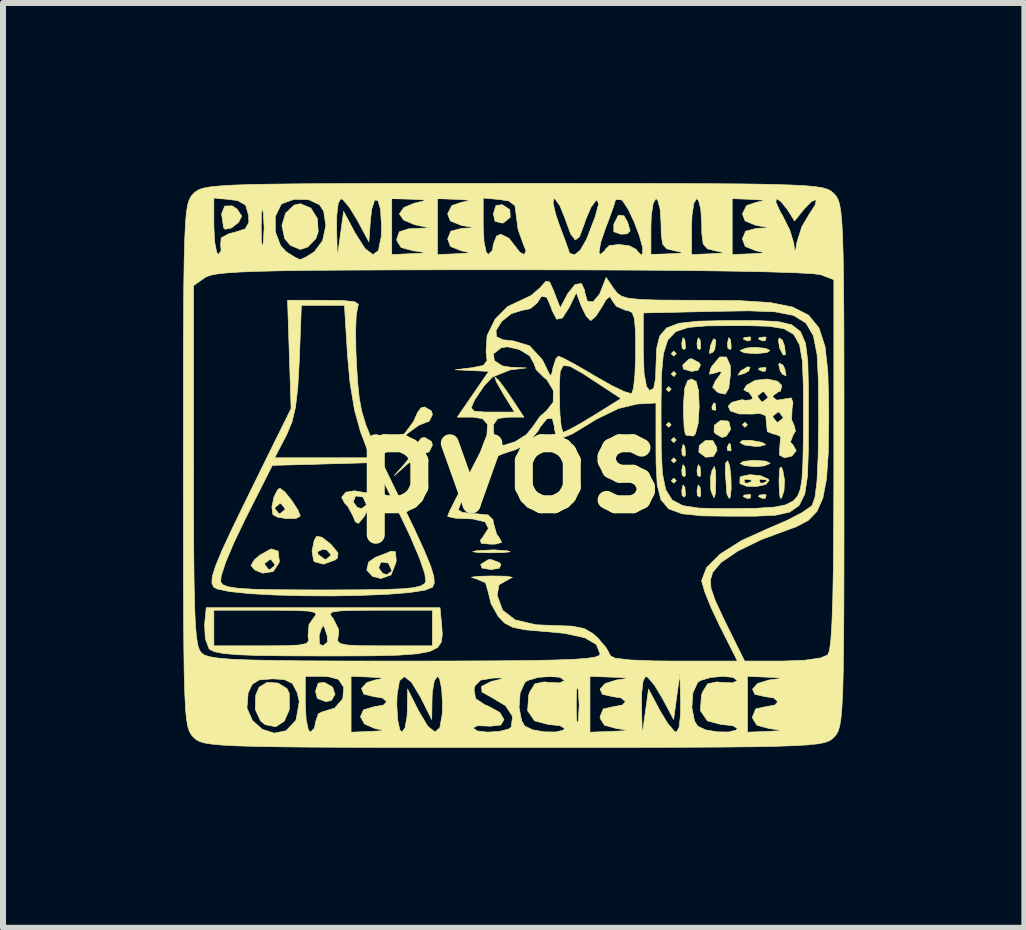
<source format=kicad_pcb>
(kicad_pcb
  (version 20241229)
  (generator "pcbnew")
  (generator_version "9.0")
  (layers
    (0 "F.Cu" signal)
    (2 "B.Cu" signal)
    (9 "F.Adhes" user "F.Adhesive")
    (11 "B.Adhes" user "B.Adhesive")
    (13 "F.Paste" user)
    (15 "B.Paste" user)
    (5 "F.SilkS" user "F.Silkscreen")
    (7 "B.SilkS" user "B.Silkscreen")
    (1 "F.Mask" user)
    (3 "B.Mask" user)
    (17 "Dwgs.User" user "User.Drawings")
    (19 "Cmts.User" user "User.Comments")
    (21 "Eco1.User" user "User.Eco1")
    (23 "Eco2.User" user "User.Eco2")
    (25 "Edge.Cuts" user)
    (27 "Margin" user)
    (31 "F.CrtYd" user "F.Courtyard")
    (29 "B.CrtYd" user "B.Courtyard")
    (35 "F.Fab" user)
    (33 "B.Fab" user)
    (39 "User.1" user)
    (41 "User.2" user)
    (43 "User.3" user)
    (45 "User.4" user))
  (footprint "pvos"
    (layer "F.Cu")
    (at 5.424 4.662)
    (property "Reference" "pvos" (at 0 0 0) (layer "F.SilkS") (effects (font (size 1.524 1.524) (thickness 0.3))))
    (attr through_hole)
    (fp_poly (pts (xy 2.709 -1.228) (xy 2.667 -1.185) (xy 2.625 -1.228) (xy 2.667 -1.27) (xy 2.709 -1.228)) (stroke (width 0.01) (type solid)) (fill yes) (layer "F.SilkS"))
    (fp_poly (pts (xy 2.709 -0.635) (xy 2.667 -0.593) (xy 2.625 -0.635) (xy 2.667 -0.677) (xy 2.709 -0.635)) (stroke (width 0.01) (type solid)) (fill yes) (layer "F.SilkS"))
    (fp_poly (pts (xy 2.794 -1.82) (xy 2.752 -1.778) (xy 2.709 -1.82) (xy 2.752 -1.863) (xy 2.794 -1.82)) (stroke (width 0.01) (type solid)) (fill yes) (layer "F.SilkS"))
    (fp_poly (pts (xy 2.794 -1.482) (xy 2.752 -1.439) (xy 2.709 -1.482) (xy 2.752 -1.524) (xy 2.794 -1.482)) (stroke (width 0.01) (type solid)) (fill yes) (layer "F.SilkS"))
    (fp_poly (pts (xy 2.794 -0.381) (xy 2.752 -0.339) (xy 2.709 -0.381) (xy 2.752 -0.423) (xy 2.794 -0.381)) (stroke (width 0.01) (type solid)) (fill yes) (layer "F.SilkS"))
    (fp_poly (pts (xy 2.794 -0.042) (xy 2.752 0) (xy 2.709 -0.042) (xy 2.752 -0.085) (xy 2.794 -0.042)) (stroke (width 0.01) (type solid)) (fill yes) (layer "F.SilkS"))
    (fp_poly (pts (xy 2.794 0.296) (xy 2.752 0.339) (xy 2.709 0.296) (xy 2.752 0.254) (xy 2.794 0.296)) (stroke (width 0.01) (type solid)) (fill yes) (layer "F.SilkS"))
    (fp_poly (pts (xy 3.979 -0.635) (xy 3.937 -0.593) (xy 3.895 -0.635) (xy 3.937 -0.677) (xy 3.979 -0.635)) (stroke (width 0.01) (type solid)) (fill yes) (layer "F.SilkS"))
    (fp_poly (pts (xy 2.937 -2.048) (xy 2.947 -1.916) (xy 2.93 -1.886) (xy 2.891 -1.911) (xy 2.885 -1.997) (xy 2.906 -2.087) (xy 2.937 -2.048)) (stroke (width 0.01) (type solid)) (fill yes) (layer "F.SilkS"))
    (fp_poly (pts (xy 2.937 -0.27) (xy 2.947 -0.138) (xy 2.93 -0.108) (xy 2.891 -0.133) (xy 2.885 -0.219) (xy 2.906 -0.309) (xy 2.937 -0.27)) (stroke (width 0.01) (type solid)) (fill yes) (layer "F.SilkS"))
    (fp_poly (pts (xy 2.937 0.069) (xy 2.947 0.201) (xy 2.93 0.231) (xy 2.891 0.206) (xy 2.885 0.12) (xy 2.906 0.03) (xy 2.937 0.069)) (stroke (width 0.01) (type solid)) (fill yes) (layer "F.SilkS"))
    (fp_poly (pts (xy 2.937 0.407) (xy 2.947 0.54) (xy 2.93 0.57) (xy 2.891 0.544) (xy 2.885 0.459) (xy 2.906 0.368) (xy 2.937 0.407)) (stroke (width 0.01) (type solid)) (fill yes) (layer "F.SilkS"))
    (fp_poly (pts (xy 3.191 -2.048) (xy 3.201 -1.916) (xy 3.184 -1.886) (xy 3.145 -1.911) (xy 3.139 -1.997) (xy 3.16 -2.087) (xy 3.191 -2.048)) (stroke (width 0.01) (type solid)) (fill yes) (layer "F.SilkS"))
    (fp_poly (pts (xy 3.191 0.069) (xy 3.201 0.201) (xy 3.184 0.231) (xy 3.145 0.206) (xy 3.139 0.12) (xy 3.16 0.03) (xy 3.191 0.069)) (stroke (width 0.01) (type solid)) (fill yes) (layer "F.SilkS"))
    (fp_poly (pts (xy 3.191 0.407) (xy 3.201 0.54) (xy 3.184 0.57) (xy 3.145 0.544) (xy 3.139 0.459) (xy 3.16 0.368) (xy 3.191 0.407)) (stroke (width 0.01) (type solid)) (fill yes) (layer "F.SilkS"))
    (fp_poly (pts (xy 3.443 -0.988) (xy 3.453 -0.887) (xy 3.443 -0.875) (xy 3.393 -0.887) (xy 3.387 -0.931) (xy 3.418 -1.001) (xy 3.443 -0.988)) (stroke (width 0.01) (type solid)) (fill yes) (layer "F.SilkS"))
    (fp_poly (pts (xy 3.697 -0.31) (xy 3.707 -0.21) (xy 3.697 -0.198) (xy 3.647 -0.209) (xy 3.641 -0.254) (xy 3.672 -0.324) (xy 3.697 -0.31)) (stroke (width 0.01) (type solid)) (fill yes) (layer "F.SilkS"))
    (fp_poly (pts (xy 3.699 -2.048) (xy 3.709 -1.916) (xy 3.692 -1.886) (xy 3.653 -1.911) (xy 3.647 -1.997) (xy 3.668 -2.087) (xy 3.699 -2.048)) (stroke (width 0.01) (type solid)) (fill yes) (layer "F.SilkS"))
    (fp_poly (pts (xy 4.036 -2.088) (xy 4.024 -2.038) (xy 3.979 -2.032) (xy 3.91 -2.063) (xy 3.923 -2.088) (xy 4.023 -2.099) (xy 4.036 -2.088)) (stroke (width 0.01) (type solid)) (fill yes) (layer "F.SilkS"))
    (fp_poly (pts (xy 4.036 0.536) (xy 4.024 0.587) (xy 3.979 0.593) (xy 3.91 0.562) (xy 3.923 0.536) (xy 4.023 0.526) (xy 4.036 0.536)) (stroke (width 0.01) (type solid)) (fill yes) (layer "F.SilkS"))
    (fp_poly (pts (xy 4.29 -2.088) (xy 4.278 -2.038) (xy 4.233 -2.032) (xy 4.164 -2.063) (xy 4.177 -2.088) (xy 4.277 -2.099) (xy 4.29 -2.088)) (stroke (width 0.01) (type solid)) (fill yes) (layer "F.SilkS"))
    (fp_poly (pts (xy 4.29 -1.58) (xy 4.278 -1.53) (xy 4.233 -1.524) (xy 4.164 -1.555) (xy 4.177 -1.58) (xy 4.277 -1.591) (xy 4.29 -1.58)) (stroke (width 0.01) (type solid)) (fill yes) (layer "F.SilkS"))
    (fp_poly (pts (xy 4.29 0.536) (xy 4.278 0.587) (xy 4.233 0.593) (xy 4.164 0.562) (xy 4.177 0.536) (xy 4.277 0.526) (xy 4.29 0.536)) (stroke (width 0.01) (type solid)) (fill yes) (layer "F.SilkS"))
    (fp_poly (pts (xy 3.453 -2.044) (xy 3.435 -1.89) (xy 3.401 -1.843) (xy 3.345 -1.821) (xy 3.362 -1.945) (xy 3.364 -1.954) (xy 3.414 -2.068) (xy 3.453 -2.044)) (stroke (width 0.01) (type solid)) (fill yes) (layer "F.SilkS"))
    (fp_poly (pts (xy 4.024 -1.592) (xy 3.998 -1.529) (xy 3.919 -1.487) (xy 3.821 -1.461) (xy 3.861 -1.523) (xy 3.872 -1.535) (xy 3.983 -1.601) (xy 4.024 -1.592)) (stroke (width 0.01) (type solid)) (fill yes) (layer "F.SilkS"))
    (fp_poly (pts (xy 4.559 -2.048) (xy 4.596 -1.951) (xy 4.614 -1.802) (xy 4.574 -1.798) (xy 4.517 -1.909) (xy 4.494 -2.045) (xy 4.508 -2.081) (xy 4.559 -2.048)) (stroke (width 0.01) (type solid)) (fill yes) (layer "F.SilkS"))
    (fp_poly (pts (xy 4.569 -1.632) (xy 4.601 -1.57) (xy 4.623 -1.451) (xy 4.566 -1.474) (xy 4.526 -1.53) (xy 4.5 -1.64) (xy 4.511 -1.66) (xy 4.569 -1.632)) (stroke (width 0.01) (type solid)) (fill yes) (layer "F.SilkS"))
    (fp_poly (pts (xy -2.933 3.735) (xy -2.892 3.857) (xy -2.951 3.957) (xy -3.042 3.979) (xy -3.187 3.924) (xy -3.217 3.804) (xy -3.172 3.669) (xy -3.07 3.657) (xy -2.933 3.735)) (stroke (width 0.01) (type solid)) (fill yes) (layer "F.SilkS"))
    (fp_poly (pts (xy -0.154 1.662) (xy -0.127 1.693) (xy -0.157 1.756) (xy -0.296 1.778) (xy -0.443 1.752) (xy -0.466 1.693) (xy -0.343 1.615) (xy -0.296 1.609) (xy -0.154 1.662)) (stroke (width 0.01) (type solid)) (fill yes) (layer "F.SilkS"))
    (fp_poly (pts (xy 0.02 -4.219) (xy 0.027 -4.092) (xy -0.085 -4) (xy -0.106 -3.995) (xy -0.226 -4.025) (xy -0.254 -4.149) (xy -0.211 -4.288) (xy -0.106 -4.302) (xy 0.02 -4.219)) (stroke (width 0.01) (type solid)) (fill yes) (layer "F.SilkS"))
    (fp_poly (pts (xy 1.922 -4.116) (xy 1.981 -4.015) (xy 2.025 -3.865) (xy 1.973 -3.815) (xy 1.871 -3.81) (xy 1.752 -3.851) (xy 1.753 -3.979) (xy 1.83 -4.128) (xy 1.922 -4.116)) (stroke (width 0.01) (type solid)) (fill yes) (layer "F.SilkS"))
    (fp_poly (pts (xy 3.175 -1.669) (xy 3.196 -1.63) (xy 3.157 -1.545) (xy 3.048 -1.524) (xy 2.914 -1.563) (xy 2.9 -1.63) (xy 3.004 -1.728) (xy 3.048 -1.736) (xy 3.175 -1.669)) (stroke (width 0.01) (type solid)) (fill yes) (layer "F.SilkS"))
    (fp_poly (pts (xy 4.225 -0.341) (xy 4.283 -0.303) (xy 4.191 -0.278) (xy 4.108 -0.275) (xy 3.931 -0.297) (xy 3.853 -0.337) (xy 3.894 -0.375) (xy 4.032 -0.376) (xy 4.225 -0.341)) (stroke (width 0.01) (type solid)) (fill yes) (layer "F.SilkS"))
    (fp_poly (pts (xy -4.525 -4.229) (xy -4.447 -4.112) (xy -4.497 -4.01) (xy -4.616 -3.915) (xy -4.723 -3.892) (xy -4.748 -3.916) (xy -4.782 -4.148) (xy -4.73 -4.279) (xy -4.607 -4.282) (xy -4.525 -4.229)) (stroke (width 0.01) (type solid)) (fill yes) (layer "F.SilkS"))
    (fp_poly (pts (xy -0.02 1.464) (xy 0.027 1.481) (xy -0.074 1.493) (xy -0.296 1.498) (xy -0.514 1.493) (xy -0.597 1.48) (xy -0.53 1.463) (xy -0.528 1.463) (xy -0.252 1.449) (xy -0.02 1.464)) (stroke (width 0.01) (type solid)) (fill yes) (layer "F.SilkS"))
    (fp_poly (pts (xy 3.404 -0.37) (xy 3.466 -0.259) (xy 3.471 -0.207) (xy 3.411 -0.105) (xy 3.283 -0.094) (xy 3.169 -0.179) (xy 3.177 -0.288) (xy 3.278 -0.372) (xy 3.4 -0.372) (xy 3.404 -0.37)) (stroke (width 0.01) (type solid)) (fill yes) (layer "F.SilkS"))
    (fp_poly (pts (xy 3.449 0.146) (xy 3.452 0.275) (xy 3.446 0.513) (xy 3.422 0.583) (xy 3.38 0.489) (xy 3.367 0.443) (xy 3.363 0.239) (xy 3.389 0.126) (xy 3.429 0.059) (xy 3.449 0.146)) (stroke (width 0.01) (type solid)) (fill yes) (layer "F.SilkS"))
    (fp_poly (pts (xy 3.647 -0.699) (xy 3.671 -0.681) (xy 3.7 -0.559) (xy 3.627 -0.446) (xy 3.556 -0.423) (xy 3.448 -0.485) (xy 3.423 -0.517) (xy 3.427 -0.627) (xy 3.527 -0.704) (xy 3.647 -0.699)) (stroke (width 0.01) (type solid)) (fill yes) (layer "F.SilkS"))
    (fp_poly (pts (xy 4.281 -1.908) (xy 4.354 -1.873) (xy 4.303 -1.838) (xy 4.136 -1.821) (xy 4.106 -1.82) (xy 3.927 -1.834) (xy 3.857 -1.868) (xy 3.859 -1.873) (xy 3.959 -1.913) (xy 4.106 -1.926) (xy 4.281 -1.908)) (stroke (width 0.01) (type solid)) (fill yes) (layer "F.SilkS"))
    (fp_poly (pts (xy 4.285 -0.029) (xy 4.356 0.005) (xy 4.354 0.011) (xy 4.254 0.051) (xy 4.106 0.064) (xy 3.932 0.045) (xy 3.859 0.011) (xy 3.909 -0.025) (xy 4.076 -0.042) (xy 4.106 -0.042) (xy 4.285 -0.029)) (stroke (width 0.01) (type solid)) (fill yes) (layer "F.SilkS"))
    (fp_poly (pts (xy 4.569 0.126) (xy 4.597 0.289) (xy 4.588 0.466) (xy 4.549 0.581) (xy 4.528 0.593) (xy 4.513 0.518) (xy 4.506 0.332) (xy 4.506 0.275) (xy 4.516 0.092) (xy 4.543 0.068) (xy 4.569 0.126)) (stroke (width 0.01) (type solid)) (fill yes) (layer "F.SilkS"))
    (fp_poly (pts (xy 3.684 0.055) (xy 3.704 0.233) (xy 3.708 0.426) (xy 3.694 0.565) (xy 3.675 0.593) (xy 3.639 0.525) (xy 3.634 0.487) (xy 3.623 0.325) (xy 3.61 0.155) (xy 3.616 0.002) (xy 3.651 -0.036) (xy 3.684 0.055)) (stroke (width 0.01) (type solid)) (fill yes) (layer "F.SilkS"))
    (fp_poly (pts (xy -3.84 3.669) (xy -3.692 3.761) (xy -3.655 3.838) (xy -3.652 4.107) (xy -3.737 4.303) (xy -3.881 4.397) (xy -4.055 4.362) (xy -4.132 4.301) (xy -4.22 4.11) (xy -4.213 3.871) (xy -4.159 3.739) (xy -4.023 3.656) (xy -3.84 3.669)) (stroke (width 0.01) (type solid)) (fill yes) (layer "F.SilkS"))
    (fp_poly (pts (xy -3.295 -4.246) (xy -3.186 -4.07) (xy -3.172 -3.85) (xy -3.212 -3.736) (xy -3.349 -3.595) (xy -3.471 -3.556) (xy -3.636 -3.624) (xy -3.731 -3.736) (xy -3.777 -3.955) (xy -3.715 -4.162) (xy -3.571 -4.296) (xy -3.471 -4.318) (xy -3.295 -4.246)) (stroke (width 0.01) (type solid)) (fill yes) (layer "F.SilkS"))
    (fp_poly (pts (xy -1.285 -0.864) (xy -1.27 -0.804) (xy -1.324 -0.692) (xy -1.37 -0.677) (xy -1.498 -0.626) (xy -1.673 -0.499) (xy -1.688 -0.487) (xy -1.905 -0.296) (xy -1.714 -0.513) (xy -1.584 -0.689) (xy -1.524 -0.824) (xy -1.524 -0.831) (xy -1.456 -0.92) (xy -1.397 -0.931) (xy -1.285 -0.864)) (stroke (width 0.01) (type solid)) (fill yes) (layer "F.SilkS"))
    (fp_poly (pts (xy -1.285 -0.356) (xy -1.27 -0.296) (xy -1.324 -0.184) (xy -1.37 -0.169) (xy -1.498 -0.118) (xy -1.673 0.009) (xy -1.688 0.021) (xy -1.905 0.212) (xy -1.714 -0.005) (xy -1.584 -0.181) (xy -1.524 -0.316) (xy -1.524 -0.323) (xy -1.456 -0.412) (xy -1.397 -0.423) (xy -1.285 -0.356)) (stroke (width 0.01) (type solid)) (fill yes) (layer "F.SilkS"))
    (fp_poly (pts (xy 3.125 -1.355) (xy 3.164 -1.206) (xy 3.175 -0.938) (xy 3.158 -0.657) (xy 3.111 -0.482) (xy 3.077 -0.447) (xy 2.961 -0.461) (xy 2.943 -0.482) (xy 2.924 -0.601) (xy 2.914 -0.826) (xy 2.914 -0.974) (xy 2.933 -1.241) (xy 2.984 -1.371) (xy 3.048 -1.397) (xy 3.125 -1.355)) (stroke (width 0.01) (type solid)) (fill yes) (layer "F.SilkS"))
    (fp_poly (pts (xy 3.629 -1.764) (xy 3.693 -1.62) (xy 3.697 -1.486) (xy 3.668 -1.244) (xy 3.609 -1.145) (xy 3.504 -1.166) (xy 3.474 -1.183) (xy 3.399 -1.261) (xy 3.447 -1.368) (xy 3.477 -1.406) (xy 3.553 -1.513) (xy 3.507 -1.52) (xy 3.448 -1.499) (xy 3.347 -1.478) (xy 3.361 -1.558) (xy 3.388 -1.611) (xy 3.517 -1.765) (xy 3.629 -1.764)) (stroke (width 0.01) (type solid)) (fill yes) (layer "F.SilkS"))
    (fp_poly (pts (xy -3.841 1.469) (xy -3.82 1.635) (xy -3.824 1.662) (xy -3.921 1.81) (xy -4.097 1.838) (xy -4.229 1.784) (xy -4.292 1.71) (xy -4.282 1.693) (xy -4.064 1.693) (xy -4 1.776) (xy -3.979 1.778) (xy -3.897 1.714) (xy -3.895 1.693) (xy -3.959 1.611) (xy -3.979 1.609) (xy -4.062 1.673) (xy -4.064 1.693) (xy -4.282 1.693) (xy -4.234 1.614) (xy -4.144 1.536) (xy -3.957 1.433) (xy -3.841 1.469)) (stroke (width 0.01) (type solid)) (fill yes) (layer "F.SilkS"))
    (fp_poly (pts (xy -1.885 1.481) (xy -1.873 1.624) (xy -1.877 1.662) (xy -1.958 1.866) (xy -2.127 1.927) (xy -2.265 1.892) (xy -2.363 1.787) (xy -2.355 1.75) (xy -2.165 1.75) (xy -2.098 1.842) (xy -2.027 1.863) (xy -1.949 1.806) (xy -1.947 1.792) (xy -2.003 1.669) (xy -2.117 1.652) (xy -2.13 1.659) (xy -2.165 1.75) (xy -2.355 1.75) (xy -2.333 1.654) (xy -2.223 1.576) (xy -2.031 1.502) (xy -1.962 1.472) (xy -1.885 1.481)) (stroke (width 0.01) (type solid)) (fill yes) (layer "F.SilkS"))
    (fp_poly (pts (xy -3.727 0.486) (xy -3.611 0.63) (xy -3.509 0.787) (xy -3.471 0.886) (xy -3.54 0.925) (xy -3.694 0.929) (xy -3.851 0.904) (xy -3.928 0.861) (xy -3.941 0.762) (xy -3.895 0.762) (xy -3.83 0.844) (xy -3.81 0.847) (xy -3.728 0.782) (xy -3.725 0.762) (xy -3.79 0.68) (xy -3.81 0.677) (xy -3.892 0.742) (xy -3.895 0.762) (xy -3.941 0.762) (xy -3.944 0.734) (xy -3.909 0.566) (xy -3.845 0.443) (xy -3.81 0.423) (xy -3.727 0.486)) (stroke (width 0.01) (type solid)) (fill yes) (layer "F.SilkS"))
    (fp_poly (pts (xy -3.111 1.239) (xy -2.968 1.35) (xy -2.96 1.358) (xy -2.843 1.499) (xy -2.85 1.585) (xy -2.89 1.617) (xy -3.085 1.688) (xy -3.231 1.648) (xy -3.25 1.625) (xy -3.273 1.48) (xy -3.183 1.48) (xy -3.175 1.524) (xy -3.067 1.605) (xy -3.043 1.609) (xy -2.966 1.544) (xy -2.963 1.524) (xy -3.032 1.45) (xy -3.095 1.439) (xy -3.183 1.48) (xy -3.273 1.48) (xy -3.275 1.472) (xy -3.239 1.291) (xy -3.199 1.223) (xy -3.111 1.239)) (stroke (width 0.01) (type solid)) (fill yes) (layer "F.SilkS"))
    (fp_poly (pts (xy -2.561 0.467) (xy -2.399 0.495) (xy -2.349 0.502) (xy -2.289 0.573) (xy -2.316 0.729) (xy -2.407 0.894) (xy -2.501 1.008) (xy -2.553 0.983) (xy -2.591 0.889) (xy -2.678 0.726) (xy -2.735 0.666) (xy -2.743 0.65) (xy -2.589 0.65) (xy -2.521 0.742) (xy -2.45 0.762) (xy -2.372 0.705) (xy -2.371 0.691) (xy -2.426 0.569) (xy -2.541 0.552) (xy -2.553 0.558) (xy -2.589 0.65) (xy -2.743 0.65) (xy -2.782 0.572) (xy -2.711 0.488) (xy -2.568 0.465) (xy -2.561 0.467)) (stroke (width 0.01) (type solid)) (fill yes) (layer "F.SilkS"))
    (fp_poly (pts (xy 4.198 0.214) (xy 4.324 0.269) (xy 4.34 0.295) (xy 4.287 0.358) (xy 4.14 0.392) (xy 3.972 0.391) (xy 3.859 0.348) (xy 3.853 0.339) (xy 3.855 0.282) (xy 3.923 0.282) (xy 3.935 0.333) (xy 3.979 0.339) (xy 4.049 0.308) (xy 4.036 0.282) (xy 4.177 0.282) (xy 4.189 0.333) (xy 4.233 0.339) (xy 4.303 0.308) (xy 4.29 0.282) (xy 4.189 0.272) (xy 4.177 0.282) (xy 4.036 0.282) (xy 3.935 0.272) (xy 3.923 0.282) (xy 3.855 0.282) (xy 3.857 0.239) (xy 3.872 0.227) (xy 4.018 0.196) (xy 4.198 0.214)) (stroke (width 0.01) (type solid)) (fill yes) (layer "F.SilkS"))
    (fp_poly (pts (xy 4.481 -1.36) (xy 4.551 -1.291) (xy 4.53 -1.195) (xy 4.494 -1.185) (xy 4.407 -1.121) (xy 4.403 -1.095) (xy 4.469 -1.044) (xy 4.584 -1.062) (xy 4.71 -1.083) (xy 4.738 -1.001) (xy 4.722 -0.896) (xy 4.716 -0.715) (xy 4.757 -0.625) (xy 4.78 -0.531) (xy 4.741 -0.466) (xy 4.695 -0.347) (xy 4.739 -0.298) (xy 4.792 -0.203) (xy 4.72 -0.114) (xy 4.6 -0.085) (xy 4.51 -0.131) (xy 4.52 -0.287) (xy 4.532 -0.438) (xy 4.445 -0.478) (xy 4.423 -0.477) (xy 4.31 -0.52) (xy 4.296 -0.654) (xy 4.287 -0.762) (xy 4.403 -0.762) (xy 4.467 -0.68) (xy 4.487 -0.677) (xy 4.57 -0.742) (xy 4.572 -0.762) (xy 4.508 -0.844) (xy 4.487 -0.847) (xy 4.405 -0.782) (xy 4.403 -0.762) (xy 4.287 -0.762) (xy 4.285 -0.786) (xy 4.184 -0.823) (xy 4.07 -0.814) (xy 3.844 -0.815) (xy 3.695 -0.865) (xy 3.658 -0.944) (xy 3.718 -1.008) (xy 3.885 -1.053) (xy 3.95 -1.041) (xy 4.051 -1.053) (xy 4.064 -1.092) (xy 4.057 -1.101) (xy 4.149 -1.101) (xy 4.213 -1.018) (xy 4.233 -1.016) (xy 4.316 -1.08) (xy 4.318 -1.101) (xy 4.254 -1.183) (xy 4.233 -1.185) (xy 4.151 -1.121) (xy 4.149 -1.101) (xy 4.057 -1.101) (xy 3.999 -1.181) (xy 3.969 -1.185) (xy 3.918 -1.221) (xy 3.965 -1.295) (xy 4.109 -1.376) (xy 4.307 -1.397) (xy 4.481 -1.36)) (stroke (width 0.01) (type solid)) (fill yes) (layer "F.SilkS"))
    (fp_poly (pts (xy -1.116 2.694) (xy -1.105 2.858) (xy -1.121 2.984) (xy -1.183 3.076) (xy -1.311 3.14) (xy -1.523 3.181) (xy -1.841 3.204) (xy -2.283 3.215) (xy -2.868 3.217) (xy -3.09 3.217) (xy -3.71 3.215) (xy -4.181 3.209) (xy -4.523 3.196) (xy -4.757 3.175) (xy -4.902 3.146) (xy -4.98 3.107) (xy -4.991 3.096) (xy -5.053 2.931) (xy -5.065 2.701) (xy -5.065 2.694) (xy -5.042 2.455) (xy -4.911 2.455) (xy -4.911 3.048) (xy -4.101 3.048) (xy -3.727 3.046) (xy -3.493 3.035) (xy -3.37 3.009) (xy -3.33 2.962) (xy -3.341 2.888) (xy -3.342 2.888) (xy -3.341 2.879) (xy -3.157 2.879) (xy -3.152 3.019) (xy -3.09 3.048) (xy -3.015 2.983) (xy -3.023 2.879) (xy -3.068 2.742) (xy -3.09 2.709) (xy -3.127 2.779) (xy -3.157 2.879) (xy -3.341 2.879) (xy -3.326 2.694) (xy -3.256 2.591) (xy -3.209 2.531) (xy -3.214 2.522) (xy -2.974 2.522) (xy -2.937 2.578) (xy -2.924 2.591) (xy -2.832 2.775) (xy -2.839 2.888) (xy -2.851 2.962) (xy -2.81 3.009) (xy -2.688 3.035) (xy -2.455 3.046) (xy -2.081 3.048) (xy -1.27 3.048) (xy -1.27 2.455) (xy -2.165 2.455) (xy -2.56 2.457) (xy -2.81 2.466) (xy -2.939 2.486) (xy -2.974 2.522) (xy -3.214 2.522) (xy -3.228 2.492) (xy -3.338 2.469) (xy -3.564 2.458) (xy -3.929 2.455) (xy -4.016 2.455) (xy -4.911 2.455) (xy -5.042 2.455) (xy -5.038 2.413) (xy -1.143 2.413) (xy -1.116 2.694)) (stroke (width 0.01) (type solid)) (fill yes) (layer "F.SilkS"))
    (fp_poly (pts (xy -3.065 -2.709) (xy -2.746 -2.704) (xy -2.568 -2.684) (xy -2.503 -2.644) (xy -2.515 -2.588) (xy -2.539 -2.455) (xy -2.549 -2.196) (xy -2.544 -1.855) (xy -2.533 -1.622) (xy -2.513 -1.318) (xy -2.488 -1.074) (xy -2.447 -0.857) (xy -2.378 -0.632) (xy -2.271 -0.367) (xy -2.115 -0.028) (xy -1.899 0.42) (xy -1.821 0.581) (xy -1.58 1.08) (xy -1.41 1.45) (xy -1.301 1.713) (xy -1.247 1.889) (xy -1.238 2.001) (xy -1.267 2.071) (xy -1.267 2.071) (xy -1.392 2.121) (xy -1.655 2.161) (xy -2.022 2.19) (xy -2.463 2.208) (xy -2.945 2.217) (xy -3.437 2.214) (xy -3.906 2.201) (xy -4.32 2.178) (xy -4.649 2.144) (xy -4.859 2.1) (xy -4.915 2.069) (xy -4.944 2.002) (xy -4.943 1.983) (xy -4.798 1.983) (xy -4.761 2.03) (xy -4.675 2.064) (xy -4.518 2.088) (xy -4.269 2.104) (xy -3.906 2.113) (xy -3.407 2.116) (xy -3.09 2.117) (xy -2.514 2.115) (xy -2.085 2.11) (xy -1.782 2.098) (xy -1.581 2.079) (xy -1.461 2.05) (xy -1.399 2.01) (xy -1.381 1.979) (xy -1.396 1.846) (xy -1.483 1.591) (xy -1.631 1.241) (xy -1.784 0.918) (xy -2.24 -0.005) (xy -3.937 0.042) (xy -4.393 0.946) (xy -4.577 1.33) (xy -4.713 1.653) (xy -4.789 1.883) (xy -4.798 1.983) (xy -4.943 1.983) (xy -4.937 1.893) (xy -4.884 1.723) (xy -4.78 1.47) (xy -4.614 1.112) (xy -4.38 0.63) (xy -4.324 0.516) (xy -4.029 -0.085) (xy -3.898 -0.085) (xy -2.302 -0.085) (xy -2.468 -0.52) (xy -2.566 -0.874) (xy -2.643 -1.341) (xy -2.684 -1.79) (xy -2.735 -2.625) (xy -3.453 -2.625) (xy -3.487 -1.714) (xy -3.512 -1.26) (xy -3.55 -0.931) (xy -3.609 -0.682) (xy -3.697 -0.47) (xy -3.71 -0.445) (xy -3.898 -0.085) (xy -4.029 -0.085) (xy -3.624 -0.905) (xy -3.683 -2.71) (xy -3.065 -2.709)) (stroke (width 0.01) (type solid)) (fill yes) (layer "F.SilkS"))
    (fp_poly (pts (xy 1.148 -4.657) (xy 2.055 -4.656) (xy 2.819 -4.654) (xy 3.452 -4.651) (xy 3.968 -4.647) (xy 4.379 -4.64) (xy 4.698 -4.63) (xy 4.938 -4.618) (xy 5.113 -4.602) (xy 5.234 -4.582) (xy 5.316 -4.558) (xy 5.37 -4.529) (xy 5.41 -4.496) (xy 5.419 -4.487) (xy 5.456 -4.445) (xy 5.488 -4.391) (xy 5.514 -4.31) (xy 5.535 -4.188) (xy 5.552 -4.012) (xy 5.565 -3.767) (xy 5.574 -3.439) (xy 5.58 -3.014) (xy 5.585 -2.478) (xy 5.587 -1.816) (xy 5.588 -1.015) (xy 5.588 -0.059) (xy 5.588 0.042) (xy 5.588 1.013) (xy 5.587 1.829) (xy 5.585 2.504) (xy 5.581 3.052) (xy 5.575 3.487) (xy 5.566 3.824) (xy 5.553 4.076) (xy 5.537 4.258) (xy 5.516 4.385) (xy 5.491 4.469) (xy 5.46 4.525) (xy 5.423 4.568) (xy 5.419 4.572) (xy 5.38 4.607) (xy 5.33 4.637) (xy 5.255 4.662) (xy 5.144 4.682) (xy 4.982 4.699) (xy 4.758 4.712) (xy 4.458 4.722) (xy 4.068 4.73) (xy 3.577 4.735) (xy 2.972 4.738) (xy 2.238 4.74) (xy 1.364 4.741) (xy 0.337 4.741) (xy 0.085 4.741) (xy -0.979 4.741) (xy -1.886 4.741) (xy -2.65 4.739) (xy -3.283 4.736) (xy -3.798 4.731) (xy -4.209 4.724) (xy -4.528 4.715) (xy -4.769 4.702) (xy -4.943 4.686) (xy -5.065 4.667) (xy -5.146 4.643) (xy -5.201 4.614) (xy -5.241 4.58) (xy -5.249 4.572) (xy -5.287 4.53) (xy -5.319 4.475) (xy -5.345 4.394) (xy -5.366 4.273) (xy -5.383 4.097) (xy -5.383 4.084) (xy -4.36 4.084) (xy -4.268 4.292) (xy -4.104 4.439) (xy -3.904 4.503) (xy -3.708 4.463) (xy -3.552 4.299) (xy -3.539 4.272) (xy -3.488 3.976) (xy -3.522 3.828) (xy -3.602 3.675) (xy -3.736 3.61) (xy -3.932 3.598) (xy -4.157 3.616) (xy -4.275 3.692) (xy -4.34 3.834) (xy -4.36 4.084) (xy -5.383 4.084) (xy -5.395 3.852) (xy -5.404 3.556) (xy -3.387 3.556) (xy -3.387 4.022) (xy -3.373 4.277) (xy -3.337 4.446) (xy -3.302 4.487) (xy -2.625 4.487) (xy -2.307 4.475) (xy -2.127 4.464) (xy -2.108 4.448) (xy -2.223 4.427) (xy -2.402 4.35) (xy -2.468 4.229) (xy -2.418 4.115) (xy -2.248 4.064) (xy -2.244 4.064) (xy -2.085 4.035) (xy -2.072 4.022) (xy -1.863 4.022) (xy -1.849 4.277) (xy -1.813 4.446) (xy -1.778 4.487) (xy 1.355 4.487) (xy 1.714 4.474) (xy 1.918 4.464) (xy 1.961 4.452) (xy 1.852 4.433) (xy 1.799 4.426) (xy 1.597 4.371) (xy 1.526 4.258) (xy 1.524 4.228) (xy 1.577 4.099) (xy 1.736 4.064) (xy 1.852 4.043) (xy 2.214 4.043) (xy 2.227 4.53) (xy 2.279 4.149) (xy 2.331 3.768) (xy 2.522 4.128) (xy 2.649 4.338) (xy 2.758 4.468) (xy 2.796 4.487) (xy 3.979 4.487) (xy 4.297 4.474) (xy 4.495 4.464) (xy 4.531 4.454) (xy 4.411 4.435) (xy 4.339 4.426) (xy 4.137 4.371) (xy 4.066 4.258) (xy 4.064 4.228) (xy 4.117 4.099) (xy 4.276 4.064) (xy 4.435 4.035) (xy 4.487 3.979) (xy 4.415 3.916) (xy 4.276 3.895) (xy 4.103 3.856) (xy 4.064 3.77) (xy 4.149 3.676) (xy 4.339 3.617) (xy 4.509 3.595) (xy 4.525 3.582) (xy 4.38 3.573) (xy 4.297 3.57) (xy 3.979 3.556) (xy 3.979 4.487) (xy 2.796 4.487) (xy 2.839 4.411) (xy 2.863 4.211) (xy 2.865 4.076) (xy 3.053 4.076) (xy 3.097 4.3) (xy 3.15 4.386) (xy 3.278 4.447) (xy 3.472 4.481) (xy 3.666 4.484) (xy 3.792 4.452) (xy 3.81 4.423) (xy 3.736 4.379) (xy 3.557 4.36) (xy 3.546 4.36) (xy 3.311 4.298) (xy 3.195 4.128) (xy 3.213 3.871) (xy 3.229 3.822) (xy 3.317 3.681) (xy 3.471 3.649) (xy 3.557 3.659) (xy 3.734 3.665) (xy 3.81 3.628) (xy 3.81 3.626) (xy 3.739 3.573) (xy 3.569 3.557) (xy 3.367 3.575) (xy 3.198 3.625) (xy 3.15 3.658) (xy 3.07 3.832) (xy 3.053 4.076) (xy 2.865 4.076) (xy 2.866 4) (xy 2.853 3.514) (xy 2.801 3.895) (xy 2.749 4.276) (xy 2.558 3.916) (xy 2.431 3.705) (xy 2.322 3.576) (xy 2.284 3.556) (xy 2.241 3.633) (xy 2.217 3.833) (xy 2.214 4.043) (xy 1.852 4.043) (xy 1.895 4.035) (xy 1.947 3.979) (xy 1.875 3.916) (xy 1.736 3.895) (xy 1.563 3.856) (xy 1.524 3.77) (xy 1.609 3.676) (xy 1.799 3.617) (xy 1.947 3.596) (xy 1.945 3.582) (xy 1.784 3.572) (xy 1.714 3.57) (xy 1.355 3.556) (xy 1.355 4.487) (xy -1.778 4.487) (xy -1.725 4.412) (xy -1.692 4.222) (xy -1.688 4.128) (xy -1.683 3.768) (xy -1.502 4.128) (xy -1.347 4.388) (xy -1.227 4.483) (xy -1.15 4.417) (xy -0.593 4.417) (xy -0.521 4.467) (xy -0.353 4.486) (xy -0.156 4.474) (xy -0.000274 4.435) (xy 0.043 4.402) (xy 0.066 4.225) (xy -0.031 4.076) (xy 0.174 4.076) (xy 0.218 4.3) (xy 0.271 4.386) (xy 0.4 4.447) (xy 0.594 4.481) (xy 0.787 4.484) (xy 0.914 4.452) (xy 0.931 4.423) (xy 0.857 4.379) (xy 0.679 4.36) (xy 0.667 4.36) (xy 0.432 4.298) (xy 0.316 4.128) (xy 0.324 4.022) (xy 1.127 4.022) (xy 1.131 4.247) (xy 1.144 4.346) (xy 1.161 4.298) (xy 1.176 4.041) (xy 1.162 3.79) (xy 1.145 3.721) (xy 1.132 3.802) (xy 1.127 4.018) (xy 1.127 4.022) (xy 0.324 4.022) (xy 0.334 3.871) (xy 0.35 3.822) (xy 0.438 3.681) (xy 0.593 3.649) (xy 0.678 3.659) (xy 0.855 3.665) (xy 0.931 3.628) (xy 0.931 3.626) (xy 0.86 3.573) (xy 0.69 3.557) (xy 0.488 3.575) (xy 0.32 3.625) (xy 0.271 3.658) (xy 0.192 3.832) (xy 0.174 4.076) (xy -0.031 4.076) (xy -0.049 4.048) (xy -0.271 3.914) (xy -0.444 3.817) (xy -0.45 3.724) (xy -0.293 3.643) (xy -0.169 3.614) (xy -0.082 3.589) (xy -0.163 3.582) (xy -0.254 3.585) (xy -0.466 3.619) (xy -0.56 3.712) (xy -0.576 3.779) (xy -0.55 3.928) (xy -0.395 4.031) (xy -0.343 4.05) (xy -0.147 4.158) (xy -0.077 4.277) (xy -0.131 4.367) (xy -0.312 4.388) (xy -0.339 4.385) (xy -0.516 4.379) (xy -0.593 4.415) (xy -0.593 4.417) (xy -1.15 4.417) (xy -1.146 4.413) (xy -1.105 4.18) (xy -1.101 4.022) (xy -1.115 3.767) (xy -1.15 3.598) (xy -1.185 3.556) (xy -1.238 3.631) (xy -1.271 3.821) (xy -1.275 3.916) (xy -1.281 4.276) (xy -1.461 3.916) (xy -1.617 3.655) (xy -1.736 3.56) (xy -1.818 3.63) (xy -1.858 3.864) (xy -1.863 4.022) (xy -2.072 4.022) (xy -2.032 3.979) (xy -2.104 3.916) (xy -2.244 3.895) (xy -2.413 3.852) (xy -2.451 3.757) (xy -2.361 3.66) (xy -2.223 3.617) (xy -2.103 3.593) (xy -2.137 3.579) (xy -2.307 3.569) (xy -2.625 3.556) (xy -2.625 4.487) (xy -3.302 4.487) (xy -3.233 4.416) (xy -3.217 4.318) (xy -3.171 4.181) (xy -3.107 4.149) (xy -2.898 4.085) (xy -2.763 3.931) (xy -2.747 3.74) (xy -2.834 3.607) (xy -3.014 3.558) (xy -3.096 3.556) (xy -3.387 3.556) (xy -5.404 3.556) (xy -5.405 3.524) (xy -5.411 3.099) (xy -5.415 2.563) (xy -5.417 1.901) (xy -5.418 1.099) (xy -5.419 0.144) (xy -5.419 0.042) (xy -5.418 -0.929) (xy -5.418 -1.745) (xy -5.415 -2.419) (xy -5.412 -2.954) (xy -5.249 -2.954) (xy -5.249 0.041) (xy -5.249 0.844) (xy -5.246 1.495) (xy -5.24 2.01) (xy -5.231 2.405) (xy -5.218 2.698) (xy -5.2 2.904) (xy -5.177 3.042) (xy -5.147 3.126) (xy -5.116 3.169) (xy -5.065 3.203) (xy -4.976 3.231) (xy -4.834 3.253) (xy -4.622 3.271) (xy -4.325 3.283) (xy -3.927 3.292) (xy -3.411 3.298) (xy -2.761 3.301) (xy -1.963 3.302) (xy -1.73 3.302) (xy -0.884 3.301) (xy -0.193 3.298) (xy 0.358 3.293) (xy 0.783 3.284) (xy 1.096 3.272) (xy 1.312 3.256) (xy 1.446 3.235) (xy 1.511 3.209) (xy 1.524 3.185) (xy 1.462 3.026) (xy 1.268 2.913) (xy 0.929 2.84) (xy 0.629 2.812) (xy 0.29 2.783) (xy 0.073 2.741) (xy -0.066 2.669) (xy -0.172 2.56) (xy -0.292 2.346) (xy -0.339 2.153) (xy -0.384 1.998) (xy -0.55 1.927) (xy -0.572 1.923) (xy -0.619 1.905) (xy -0.519 1.891) (xy -0.296 1.884) (xy -0.033 1.888) (xy 0.063 1.908) (xy 0 1.941) (xy -0.16 2.031) (xy -0.19 2.201) (xy -0.19 2.207) (xy -0.101 2.455) (xy 0.11 2.616) (xy 0.457 2.697) (xy 0.733 2.709) (xy 1.05 2.719) (xy 1.256 2.759) (xy 1.405 2.844) (xy 1.486 2.917) (xy 1.626 3.081) (xy 1.693 3.205) (xy 1.693 3.213) (xy 1.776 3.254) (xy 2.019 3.283) (xy 2.411 3.299) (xy 2.753 3.302) (xy 3.812 3.302) (xy 3.515 2.711) (xy 3.372 2.408) (xy 3.267 2.145) (xy 3.218 1.973) (xy 3.217 1.957) (xy 3.298 1.745) (xy 3.525 1.519) (xy 3.881 1.294) (xy 4.328 1.092) (xy 4.639 0.958) (xy 4.894 0.826) (xy 5.046 0.719) (xy 5.059 0.704) (xy 5.105 0.57) (xy 5.138 0.305) (xy 5.157 -0.104) (xy 5.165 -0.668) (xy 5.165 -0.762) (xy 5.162 -1.354) (xy 5.14 -1.8) (xy 5.078 -2.118) (xy 4.954 -2.33) (xy 4.747 -2.457) (xy 4.437 -2.517) (xy 4.002 -2.533) (xy 3.421 -2.524) (xy 3.344 -2.522) (xy 2.244 -2.498) (xy 2.244 -1.87) (xy 2.257 -1.491) (xy 2.298 -1.271) (xy 2.349 -1.206) (xy 2.416 -1.24) (xy 2.449 -1.41) (xy 2.455 -1.616) (xy 2.467 -1.908) (xy 2.517 -2.113) (xy 2.631 -2.247) (xy 2.835 -2.325) (xy 3.153 -2.361) (xy 3.611 -2.371) (xy 3.711 -2.371) (xy 4.157 -2.37) (xy 4.486 -2.355) (xy 4.715 -2.301) (xy 4.863 -2.187) (xy 4.947 -1.991) (xy 4.985 -1.69) (xy 4.995 -1.262) (xy 4.995 -0.762) (xy 4.994 -0.195) (xy 4.979 0.224) (xy 4.934 0.519) (xy 4.84 0.71) (xy 4.682 0.821) (xy 4.442 0.873) (xy 4.103 0.888) (xy 3.725 0.889) (xy 3.238 0.883) (xy 2.894 0.849) (xy 2.669 0.767) (xy 2.538 0.614) (xy 2.476 0.368) (xy 2.457 0.008) (xy 2.455 -0.216) (xy 2.455 -0.762) (xy 2.54 -0.762) (xy 2.543 -0.221) (xy 2.562 0.174) (xy 2.617 0.446) (xy 2.724 0.618) (xy 2.901 0.712) (xy 3.166 0.753) (xy 3.536 0.762) (xy 3.707 0.762) (xy 4.136 0.756) (xy 4.428 0.737) (xy 4.617 0.699) (xy 4.736 0.638) (xy 4.756 0.622) (xy 4.817 0.549) (xy 4.86 0.44) (xy 4.888 0.267) (xy 4.903 0.002) (xy 4.91 -0.383) (xy 4.911 -0.747) (xy 4.91 -1.292) (xy 4.895 -1.69) (xy 4.848 -1.965) (xy 4.752 -2.139) (xy 4.589 -2.235) (xy 4.341 -2.276) (xy 3.991 -2.286) (xy 3.722 -2.286) (xy 3.302 -2.283) (xy 2.996 -2.257) (xy 2.785 -2.187) (xy 2.652 -2.048) (xy 2.579 -1.818) (xy 2.547 -1.474) (xy 2.54 -0.993) (xy 2.54 -0.762) (xy 2.455 -0.762) (xy 2.455 -0.998) (xy 2.138 -0.98) (xy 1.832 -0.906) (xy 1.463 -0.728) (xy 1.344 -0.654) (xy 1.059 -0.482) (xy 0.883 -0.411) (xy 0.792 -0.442) (xy 0.763 -0.571) (xy 0.762 -0.607) (xy 0.727 -0.742) (xy 0.638 -0.736) (xy 0.525 -0.596) (xy 0.491 -0.531) (xy 0.315 -0.324) (xy 0.127 -0.225) (xy -0.097 -0.151) (xy -0.254 -0.087) (xy -0.36 0.014) (xy -0.509 0.207) (xy -0.664 0.437) (xy -0.787 0.649) (xy -0.84 0.783) (xy -0.77 0.825) (xy -0.59 0.846) (xy -0.55 0.847) (xy -0.343 0.868) (xy -0.261 0.945) (xy -0.254 0.999) (xy -0.2 1.187) (xy -0.152 1.253) (xy -0.115 1.325) (xy -0.216 1.353) (xy -0.296 1.355) (xy -0.456 1.34) (xy -0.47 1.287) (xy -0.44 1.253) (xy -0.336 1.092) (xy -0.391 0.983) (xy -0.598 0.934) (xy -0.677 0.931) (xy -0.89 0.921) (xy -1.007 0.895) (xy -1.016 0.885) (xy -0.978 0.794) (xy -0.877 0.594) (xy -0.731 0.321) (xy -0.677 0.222) (xy -0.47 -0.181) (xy -0.362 -0.463) (xy -0.351 -0.643) (xy -0.435 -0.737) (xy -0.597 -0.762) (xy -0.855 -0.762) (xy -0.749 -0.916) (xy -0.624 -0.916) (xy -0.568 -0.86) (xy -0.391 -0.847) (xy -0.294 -0.847) (xy 0.098 -0.847) (xy -0.085 -1.143) (xy -0.204 -1.352) (xy -0.23 -1.431) (xy -0.174 -1.385) (xy -0.047 -1.217) (xy 0.032 -1.101) (xy 0.256 -0.762) (xy 0.001 -0.762) (xy -0.182 -0.739) (xy -0.249 -0.643) (xy -0.254 -0.564) (xy -0.236 -0.391) (xy -0.206 -0.319) (xy -0.077 -0.293) (xy 0.112 -0.354) (xy 0.295 -0.47) (xy 0.396 -0.592) (xy 0.522 -0.773) (xy 0.629 -0.865) (xy 0.743 -1.011) (xy 0.745 -1.207) (xy 0.684 -1.309) (xy 0.847 -1.309) (xy 0.847 -1.104) (xy 0.855 -0.811) (xy 0.877 -0.599) (xy 0.907 -0.51) (xy 0.91 -0.51) (xy 1.01 -0.553) (xy 1.208 -0.662) (xy 1.423 -0.792) (xy 1.873 -1.072) (xy 1.55 -1.284) (xy 1.228 -1.495) (xy 1.023 -1.61) (xy 0.909 -1.622) (xy 0.859 -1.524) (xy 0.847 -1.309) (xy 0.684 -1.309) (xy 0.639 -1.384) (xy 0.593 -1.42) (xy 0.459 -1.553) (xy 0.423 -1.654) (xy 0.351 -1.784) (xy 0.179 -1.889) (xy -0.019 -1.934) (xy -0.122 -1.919) (xy -0.251 -1.818) (xy -0.239 -1.704) (xy -0.105 -1.616) (xy 0.021 -1.595) (xy 0.296 -1.582) (xy 0.023 -1.548) (xy -0.269 -1.431) (xy -0.407 -1.286) (xy -0.568 -1.047) (xy -0.624 -0.916) (xy -0.749 -0.916) (xy -0.593 -1.143) (xy -0.331 -1.524) (xy -0.61 -1.538) (xy -0.889 -1.551) (xy -0.608 -1.586) (xy -0.42 -1.624) (xy -0.359 -1.704) (xy -0.376 -1.847) (xy -0.359 -2.12) (xy -0.316 -2.208) (xy -0.209 -2.208) (xy -0.203 -2.103) (xy -0.095 -2.051) (xy 0.077 -2.032) (xy 0.347 -1.952) (xy 0.563 -1.717) (xy 0.637 -1.566) (xy 0.692 -1.451) (xy 0.722 -1.493) (xy 0.74 -1.587) (xy 0.788 -1.736) (xy 0.831 -1.778) (xy 0.927 -1.737) (xy 1.126 -1.629) (xy 1.39 -1.476) (xy 1.438 -1.447) (xy 1.709 -1.293) (xy 1.925 -1.189) (xy 2.044 -1.153) (xy 2.052 -1.156) (xy 2.082 -1.253) (xy 2.105 -1.477) (xy 2.116 -1.782) (xy 2.117 -1.868) (xy 2.113 -2.205) (xy 2.095 -2.406) (xy 2.057 -2.506) (xy 1.989 -2.538) (xy 1.956 -2.54) (xy 1.794 -2.609) (xy 1.738 -2.688) (xy 1.688 -2.77) (xy 1.625 -2.722) (xy 1.557 -2.603) (xy 1.452 -2.441) (xy 1.37 -2.371) (xy 1.368 -2.371) (xy 1.295 -2.441) (xy 1.215 -2.603) (xy 1.128 -2.836) (xy 1.016 -2.603) (xy 0.897 -2.415) (xy 0.801 -2.393) (xy 0.724 -2.538) (xy 0.712 -2.582) (xy 0.637 -2.758) (xy 0.548 -2.777) (xy 0.477 -2.667) (xy 0.364 -2.57) (xy 0.219 -2.54) (xy 0.045 -2.486) (xy -0.114 -2.359) (xy -0.209 -2.208) (xy -0.316 -2.208) (xy -0.225 -2.394) (xy -0.015 -2.605) (xy 0.143 -2.679) (xy 0.373 -2.787) (xy 0.52 -2.914) (xy 0.623 -3.027) (xy 0.684 -3.014) (xy 0.753 -2.861) (xy 0.762 -2.836) (xy 0.86 -2.582) (xy 0.984 -2.818) (xy 1.106 -2.971) (xy 1.213 -2.99) (xy 1.268 -2.873) (xy 1.27 -2.836) (xy 1.312 -2.692) (xy 1.407 -2.683) (xy 1.512 -2.806) (xy 1.532 -2.852) (xy 1.625 -3.09) (xy 1.754 -2.9) (xy 1.811 -2.827) (xy 1.884 -2.776) (xy 2.002 -2.742) (xy 2.192 -2.723) (xy 2.481 -2.713) (xy 2.897 -2.71) (xy 3.194 -2.709) (xy 3.85 -2.703) (xy 4.357 -2.671) (xy 4.733 -2.596) (xy 4.998 -2.461) (xy 5.171 -2.248) (xy 5.272 -1.938) (xy 5.319 -1.515) (xy 5.333 -0.96) (xy 5.334 -0.749) (xy 5.326 -0.168) (xy 5.296 0.269) (xy 5.236 0.587) (xy 5.137 0.809) (xy 4.991 0.96) (xy 4.789 1.066) (xy 4.684 1.103) (xy 4.211 1.278) (xy 3.82 1.468) (xy 3.539 1.659) (xy 3.402 1.821) (xy 3.363 1.948) (xy 3.372 2.091) (xy 3.442 2.292) (xy 3.581 2.592) (xy 3.618 2.668) (xy 3.932 3.302) (xy 4.574 3.302) (xy 4.936 3.288) (xy 5.198 3.25) (xy 5.317 3.2) (xy 5.346 3.124) (xy 5.369 2.948) (xy 5.387 2.664) (xy 5.401 2.257) (xy 5.411 1.718) (xy 5.416 1.035) (xy 5.419 0.196) (xy 5.419 0.023) (xy 5.419 -3.052) (xy 5.201 -3.135) (xy 5.07 -3.152) (xy 4.779 -3.168) (xy 4.339 -3.182) (xy 3.759 -3.194) (xy 3.049 -3.204) (xy 2.22 -3.211) (xy 1.281 -3.215) (xy 0.243 -3.217) (xy 0.056 -3.217) (xy -0.995 -3.217) (xy -1.89 -3.215) (xy -2.641 -3.212) (xy -3.262 -3.208) (xy -3.765 -3.201) (xy -4.163 -3.192) (xy -4.47 -3.18) (xy -4.698 -3.165) (xy -4.861 -3.147) (xy -4.97 -3.125) (xy -5.04 -3.099) (xy -5.061 -3.086) (xy -5.249 -2.954) (xy -5.412 -2.954) (xy -5.412 -2.967) (xy -5.405 -3.403) (xy -5.396 -3.739) (xy -5.386 -3.942) (xy -4.911 -3.942) (xy -4.898 -3.686) (xy -4.866 -3.515) (xy -4.834 -3.471) (xy -4.789 -3.538) (xy -4.798 -3.629) (xy -4.789 -3.749) (xy -4.656 -3.82) (xy -4.573 -3.839) (xy -4.389 -3.897) (xy -4.367 -3.937) (xy -4.122 -3.937) (xy -4.118 -3.712) (xy -4.106 -3.613) (xy -4.088 -3.66) (xy -4.073 -3.918) (xy -4.084 -4.102) (xy -3.888 -4.102) (xy -3.886 -3.847) (xy -3.797 -3.615) (xy -3.706 -3.518) (xy -3.552 -3.421) (xy -3.471 -3.387) (xy -3.374 -3.43) (xy -3.236 -3.518) (xy -3.099 -3.701) (xy -3.053 -3.916) (xy -2.866 -3.916) (xy -2.853 -3.429) (xy -2.801 -3.81) (xy -2.749 -4.191) (xy -2.558 -3.831) (xy -2.391 -3.568) (xy -2.26 -3.47) (xy -2.258 -3.471) (xy -1.947 -3.471) (xy -1.185 -3.471) (xy -0.868 -3.484) (xy -0.688 -3.495) (xy -0.668 -3.51) (xy -0.783 -3.532) (xy -0.969 -3.606) (xy -1.016 -3.731) (xy -0.963 -3.86) (xy -0.783 -3.907) (xy -0.55 -3.92) (xy -0.698 -3.942) (xy -0.423 -3.942) (xy -0.41 -3.686) (xy -0.374 -3.515) (xy -0.339 -3.471) (xy -0.27 -3.542) (xy -0.254 -3.641) (xy -0.202 -3.778) (xy -0.13 -3.81) (xy 0.005 -3.743) (xy 0.085 -3.641) (xy 0.189 -3.507) (xy 0.26 -3.471) (xy 0.29 -3.532) (xy 0.238 -3.662) (xy 0.157 -3.892) (xy 0.129 -4.106) (xy 0.106 -4.285) (xy 0.045 -4.332) (xy 0.741 -4.332) (xy 0.782 -4.149) (xy 0.847 -3.958) (xy 0.939 -3.712) (xy 1 -3.542) (xy 1.016 -3.493) (xy 1.082 -3.472) (xy 1.105 -3.471) (xy 1.152 -3.509) (xy 1.506 -3.509) (xy 1.525 -3.471) (xy 1.606 -3.536) (xy 1.609 -3.556) (xy 1.678 -3.62) (xy 1.836 -3.639) (xy 2.011 -3.617) (xy 2.129 -3.555) (xy 2.14 -3.535) (xy 2.204 -3.466) (xy 2.23 -3.476) (xy 2.235 -3.579) (xy 2.182 -3.775) (xy 2.121 -3.937) (xy 2.371 -3.937) (xy 2.371 -3.471) (xy 2.688 -3.484) (xy 2.868 -3.495) (xy 2.888 -3.51) (xy 2.773 -3.532) (xy 2.634 -3.567) (xy 2.565 -3.647) (xy 2.542 -3.822) (xy 2.541 -3.937) (xy 3.048 -3.937) (xy 3.048 -3.471) (xy 3.725 -3.471) (xy 4.043 -3.484) (xy 4.223 -3.495) (xy 4.242 -3.51) (xy 4.128 -3.532) (xy 3.942 -3.606) (xy 3.895 -3.731) (xy 3.948 -3.86) (xy 4.128 -3.907) (xy 4.36 -3.92) (xy 4.128 -3.955) (xy 3.94 -4.031) (xy 3.895 -4.149) (xy 3.965 -4.287) (xy 4.122 -4.34) (xy 4.454 -4.34) (xy 4.526 -4.184) (xy 4.565 -4.118) (xy 4.685 -3.878) (xy 4.751 -3.659) (xy 4.754 -3.631) (xy 4.767 -3.52) (xy 4.785 -3.566) (xy 4.804 -3.679) (xy 4.886 -3.935) (xy 5.004 -4.136) (xy 5.105 -4.292) (xy 5.127 -4.384) (xy 5.126 -4.385) (xy 5.05 -4.357) (xy 4.927 -4.232) (xy 4.924 -4.229) (xy 4.764 -4.031) (xy 4.647 -4.217) (xy 4.535 -4.357) (xy 4.46 -4.403) (xy 4.454 -4.34) (xy 4.122 -4.34) (xy 4.128 -4.342) (xy 4.247 -4.365) (xy 4.213 -4.38) (xy 4.043 -4.39) (xy 3.725 -4.403) (xy 3.725 -3.471) (xy 3.048 -3.471) (xy 3.365 -3.484) (xy 3.546 -3.495) (xy 3.565 -3.51) (xy 3.45 -3.532) (xy 3.311 -3.567) (xy 3.242 -3.647) (xy 3.219 -3.822) (xy 3.217 -3.985) (xy 3.202 -4.225) (xy 3.163 -4.376) (xy 3.133 -4.403) (xy 3.086 -4.326) (xy 3.056 -4.129) (xy 3.048 -3.937) (xy 2.541 -3.937) (xy 2.54 -3.985) (xy 2.525 -4.225) (xy 2.485 -4.376) (xy 2.455 -4.403) (xy 2.409 -4.326) (xy 2.378 -4.129) (xy 2.371 -3.937) (xy 2.121 -3.937) (xy 2.095 -4.008) (xy 1.994 -4.222) (xy 1.903 -4.362) (xy 1.872 -4.385) (xy 1.784 -4.385) (xy 1.778 -4.371) (xy 1.749 -4.272) (xy 1.676 -4.069) (xy 1.61 -3.898) (xy 1.532 -3.664) (xy 1.506 -3.509) (xy 1.152 -3.509) (xy 1.193 -3.542) (xy 1.293 -3.715) (xy 1.307 -3.747) (xy 1.443 -4.102) (xy 1.499 -4.312) (xy 1.477 -4.378) (xy 1.451 -4.367) (xy 1.371 -4.256) (xy 1.282 -4.047) (xy 1.258 -3.973) (xy 1.181 -3.767) (xy 1.111 -3.713) (xy 1.033 -3.816) (xy 0.936 -4.081) (xy 0.935 -4.085) (xy 0.853 -4.287) (xy 0.774 -4.396) (xy 0.756 -4.403) (xy 0.741 -4.332) (xy 0.045 -4.332) (xy 0.005 -4.363) (xy -0.148 -4.387) (xy -0.423 -4.413) (xy -0.423 -3.942) (xy -0.698 -3.942) (xy -0.783 -3.955) (xy -0.971 -4.031) (xy -1.016 -4.149) (xy -0.946 -4.287) (xy -0.783 -4.342) (xy -0.664 -4.365) (xy -0.697 -4.38) (xy -0.868 -4.39) (xy -1.185 -4.403) (xy -1.185 -3.471) (xy -1.947 -3.471) (xy -1.63 -3.485) (xy -1.431 -3.495) (xy -1.396 -3.505) (xy -1.516 -3.524) (xy -1.587 -3.533) (xy -1.79 -3.588) (xy -1.861 -3.701) (xy -1.863 -3.731) (xy -1.821 -3.85) (xy -1.668 -3.899) (xy -1.587 -3.905) (xy -1.312 -3.915) (xy -1.566 -3.969) (xy -1.748 -4.045) (xy -1.82 -4.149) (xy -1.746 -4.254) (xy -1.566 -4.328) (xy -1.412 -4.364) (xy -1.405 -4.381) (xy -1.555 -4.39) (xy -1.63 -4.393) (xy -1.947 -4.403) (xy -1.947 -3.471) (xy -2.258 -3.471) (xy -2.17 -3.536) (xy -2.123 -3.766) (xy -2.117 -3.937) (xy -2.134 -4.222) (xy -2.177 -4.373) (xy -2.231 -4.379) (xy -2.28 -4.234) (xy -2.302 -4.043) (xy -2.328 -3.683) (xy -2.521 -4.043) (xy -2.649 -4.253) (xy -2.758 -4.383) (xy -2.796 -4.403) (xy -2.839 -4.326) (xy -2.863 -4.126) (xy -2.866 -3.916) (xy -3.053 -3.916) (xy -3.045 -3.952) (xy -3.081 -4.193) (xy -3.15 -4.301) (xy -3.333 -4.386) (xy -3.572 -4.392) (xy -3.771 -4.32) (xy -3.793 -4.301) (xy -3.888 -4.102) (xy -4.084 -4.102) (xy -4.087 -4.168) (xy -4.105 -4.238) (xy -4.117 -4.156) (xy -4.122 -3.941) (xy -4.122 -3.937) (xy -4.367 -3.937) (xy -4.328 -4.004) (xy -4.333 -4.127) (xy -4.382 -4.295) (xy -4.513 -4.369) (xy -4.636 -4.387) (xy -4.911 -4.413) (xy -4.911 -3.942) (xy -5.386 -3.942) (xy -5.384 -3.992) (xy -5.368 -4.174) (xy -5.347 -4.3) (xy -5.321 -4.384) (xy -5.29 -4.441) (xy -5.253 -4.483) (xy -5.249 -4.487) (xy -5.21 -4.522) (xy -5.16 -4.552) (xy -5.086 -4.577) (xy -4.975 -4.598) (xy -4.813 -4.614) (xy -4.589 -4.628) (xy -4.288 -4.638) (xy -3.899 -4.645) (xy -3.408 -4.65) (xy -2.802 -4.654) (xy -2.069 -4.656) (xy -1.195 -4.656) (xy -0.168 -4.657) (xy 0.085 -4.657) (xy 1.148 -4.657)) (stroke (width 0.01) (type solid)) (fill yes) (layer "F.SilkS")))
  (gr_rect
    (start -3 -3)
    (end 14.017 12.408)
    (stroke (width 0.1) (type default))
    (fill no)
    (layer "Edge.Cuts")))
</source>
